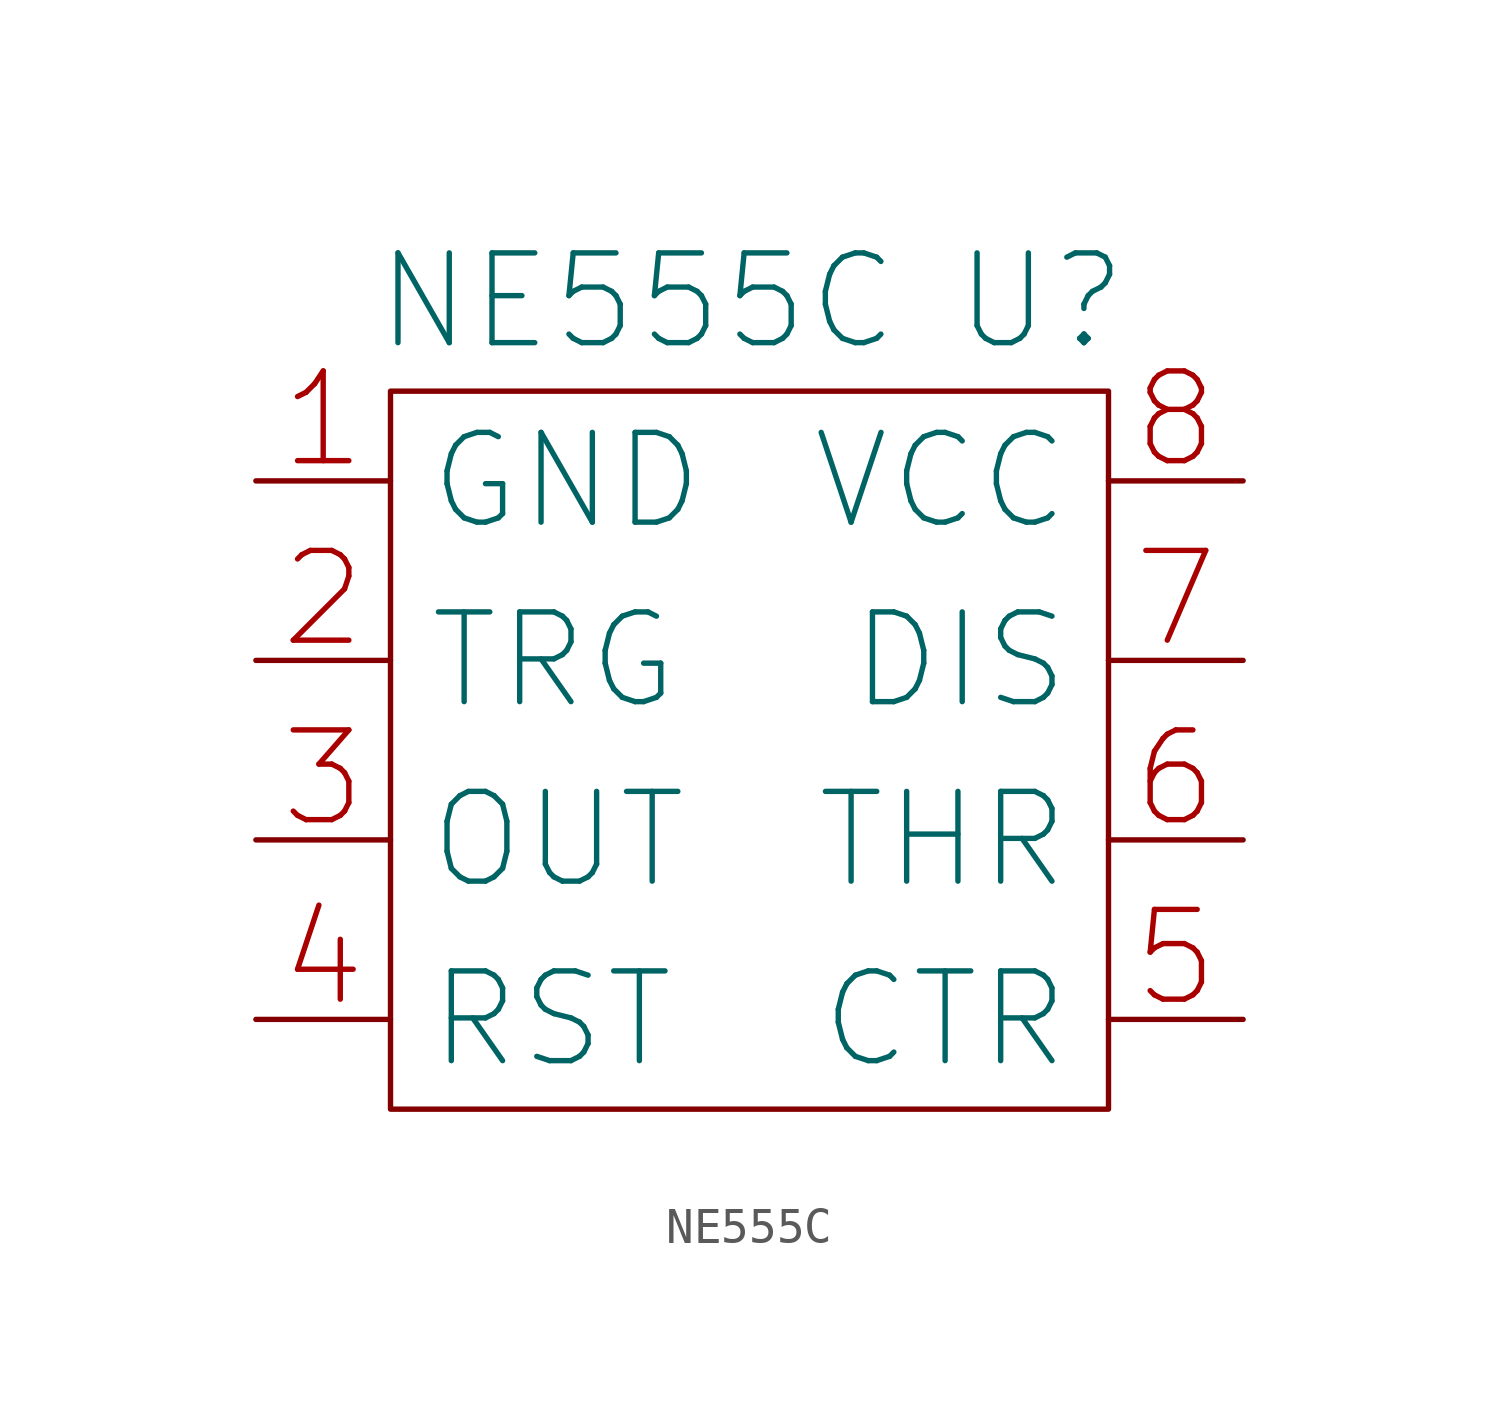
<source format=kicad_sym>
(kicad_symbol_lib
  (version 20231120)
  (generator "kicad_symbol_editor")
  (generator_version "8.0")
  (symbol "NE555C"
    (pin_names
      (offset 1.016))
    (property "Reference" "U"
      (at 22.225 5.08 0)
      (effects (font (size 2.54 2.54))))
    (property "Value" "NE555C"
      (at 10.795 5.08 0)
      (effects (font (size 2.54 2.54))))
    (symbol "NE555C_0_1"
      (rectangle (start 3.81 2.54) (end 24.13 -17.78) (stroke (width 0) (type default)) (fill (type none))))
    (symbol "NE555C_1_1"
      (pin input line (at 0 0 0) (length 3.81) (name "GND" (effects (font (size 2.54 2.54)))) (number "1" (effects (font (size 2.54 2.54)))))
      (pin input line (at 0 -5.08 0) (length 3.81) (name "TRG" (effects (font (size 2.54 2.54)))) (number "2" (effects (font (size 2.54 2.54)))))
      (pin input line (at 0 -10.16 0) (length 3.81) (name "OUT" (effects (font (size 2.54 2.54)))) (number "3" (effects (font (size 2.54 2.54)))))
      (pin input line (at 0 -15.24 0) (length 3.81) (name "RST" (effects (font (size 2.54 2.54)))) (number "4" (effects (font (size 2.54 2.54)))))
      (pin input line (at 27.94 -15.24 180) (length 3.81) (name "CTR" (effects (font (size 2.54 2.54)))) (number "5" (effects (font (size 2.54 2.54)))))
      (pin input line (at 27.94 -10.16 180) (length 3.81) (name "THR" (effects (font (size 2.54 2.54)))) (number "6" (effects (font (size 2.54 2.54)))))
      (pin input line (at 27.94 -5.08 180) (length 3.81) (name "DIS" (effects (font (size 2.54 2.54)))) (number "7" (effects (font (size 2.54 2.54)))))
      (pin input line (at 27.94 0 180) (length 3.81) (name "VCC" (effects (font (size 2.54 2.54)))) (number "8" (effects (font (size 2.54 2.54))))))))
</source>
